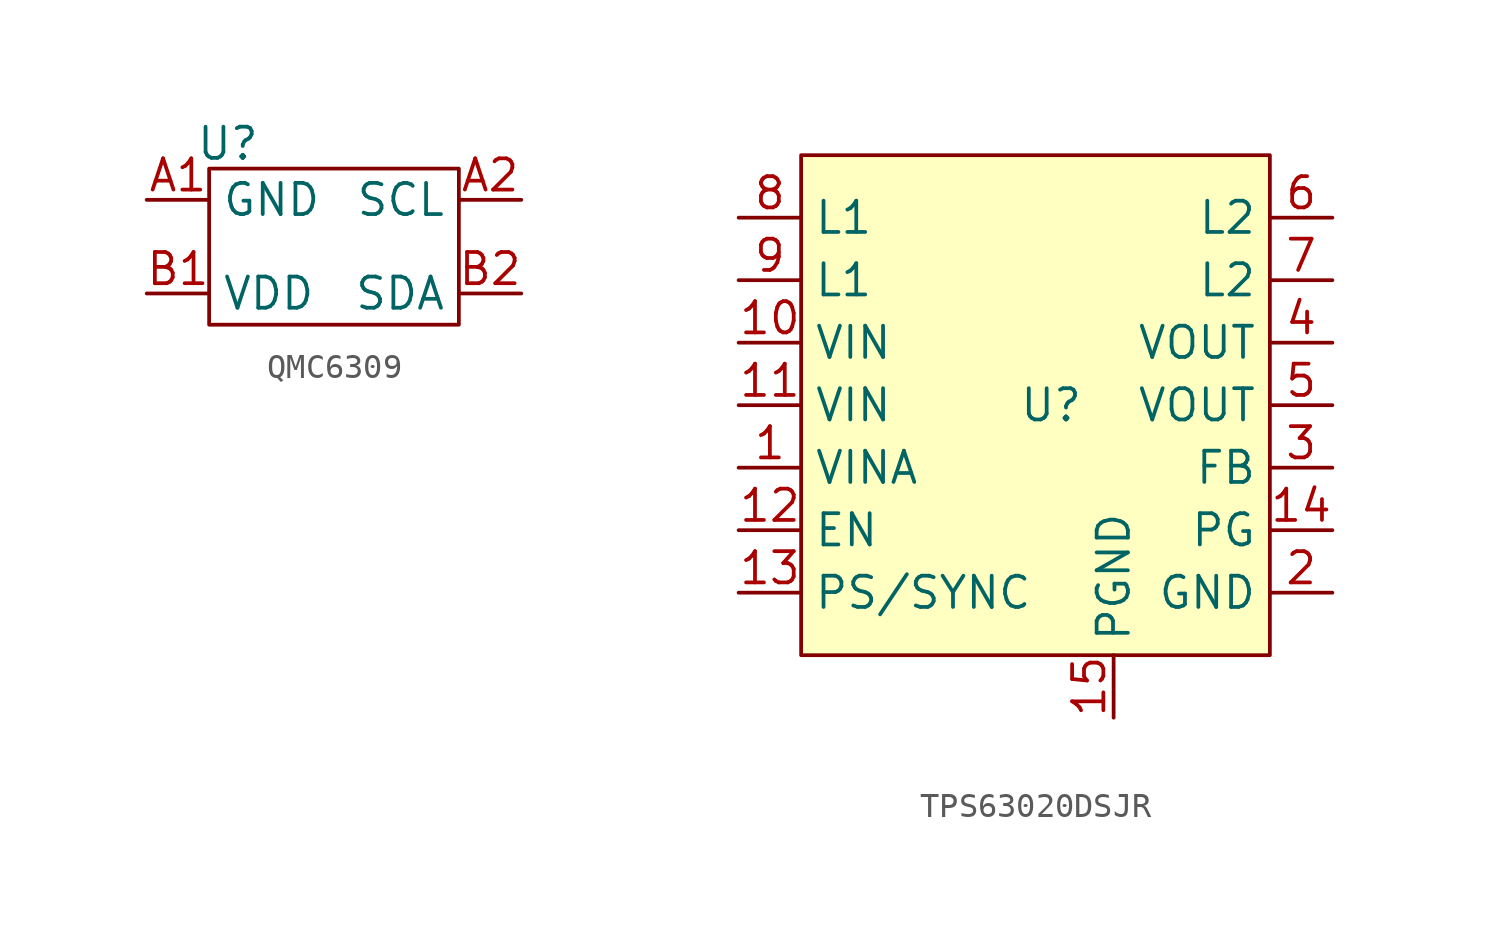
<source format=kicad_sym>
(kicad_symbol_lib
  (version 20231120)
  (generator "kicad_symbol_editor")
  (generator_version "8.0")
  (symbol "QMC6309"
    (property "Reference" "U"
      (at -3.048 3.556 0)
      (effects (font (size 1.27 1.27))))
    (property "Value" ""
      (at -1.27 0 0)
      (effects (font (size 1.27 1.27))))
    (symbol "QMC6309_0_1"
      (rectangle (start -3.81 2.54) (end 6.35 -3.81) (stroke (width 0) (type default)) (fill (type none))))
    (symbol "QMC6309_1_1"
      (pin input line (at -6.35 1.27 0) (length 2.54) (name "GND" (effects (font (size 1.27 1.27)))) (number "A1" (effects (font (size 1.27 1.27)))))
      (pin input line (at 8.89 1.27 180) (length 2.54) (name "SCL" (effects (font (size 1.27 1.27)))) (number "A2" (effects (font (size 1.27 1.27)))))
      (pin input line (at -6.35 -2.54 0) (length 2.54) (name "VDD" (effects (font (size 1.27 1.27)))) (number "B1" (effects (font (size 1.27 1.27)))))
      (pin input line (at 8.89 -2.54 180) (length 2.54) (name "SDA" (effects (font (size 1.27 1.27)))) (number "B2" (effects (font (size 1.27 1.27)))))))
  (symbol "TPS63020DSJR"
    (property "Reference" "U"
      (at 0 0 0)
      (effects (font (size 1.27 1.27))))
    (property "Value" ""
      (at -3.175 0 0)
      (effects (font (size 1.27 1.27))))
    (symbol "TPS63020DSJR_1_1"
      (rectangle (start -10.16 10.16) (end 8.89 -10.16) (stroke (width 0) (type default)) (fill (type background)))
      (pin input line (at -12.7 -2.54 0) (length 2.54) (name "VINA" (effects (font (size 1.27 1.27)))) (number "1" (effects (font (size 1.27 1.27)))))
      (pin input line (at -12.7 2.54 0) (length 2.54) (name "VIN" (effects (font (size 1.27 1.27)))) (number "10" (effects (font (size 1.27 1.27)))))
      (pin input line (at -12.7 0 0) (length 2.54) (name "VIN" (effects (font (size 1.27 1.27)))) (number "11" (effects (font (size 1.27 1.27)))))
      (pin input line (at -12.7 -5.08 0) (length 2.54) (name "EN" (effects (font (size 1.27 1.27)))) (number "12" (effects (font (size 1.27 1.27)))))
      (pin input line (at -12.7 -7.62 0) (length 2.54) (name "PS/SYNC" (effects (font (size 1.27 1.27)))) (number "13" (effects (font (size 1.27 1.27)))))
      (pin input line (at 11.43 -5.08 180) (length 2.54) (name "PG" (effects (font (size 1.27 1.27)))) (number "14" (effects (font (size 1.27 1.27)))))
      (pin input line (at 2.54 -12.7 90) (length 2.54) (name "PGND" (effects (font (size 1.27 1.27)))) (number "15" (effects (font (size 1.27 1.27)))))
      (pin input line (at 11.43 -7.62 180) (length 2.54) (name "GND" (effects (font (size 1.27 1.27)))) (number "2" (effects (font (size 1.27 1.27)))))
      (pin input line (at 11.43 -2.54 180) (length 2.54) (name "FB" (effects (font (size 1.27 1.27)))) (number "3" (effects (font (size 1.27 1.27)))))
      (pin input line (at 11.43 2.54 180) (length 2.54) (name "VOUT" (effects (font (size 1.27 1.27)))) (number "4" (effects (font (size 1.27 1.27)))))
      (pin input line (at 11.43 0 180) (length 2.54) (name "VOUT" (effects (font (size 1.27 1.27)))) (number "5" (effects (font (size 1.27 1.27)))))
      (pin input line (at 11.43 7.62 180) (length 2.54) (name "L2" (effects (font (size 1.27 1.27)))) (number "6" (effects (font (size 1.27 1.27)))))
      (pin input line (at 11.43 5.08 180) (length 2.54) (name "L2" (effects (font (size 1.27 1.27)))) (number "7" (effects (font (size 1.27 1.27)))))
      (pin input line (at -12.7 7.62 0) (length 2.54) (name "L1" (effects (font (size 1.27 1.27)))) (number "8" (effects (font (size 1.27 1.27)))))
      (pin input line (at -12.7 5.08 0) (length 2.54) (name "L1" (effects (font (size 1.27 1.27)))) (number "9" (effects (font (size 1.27 1.27))))))))
</source>
